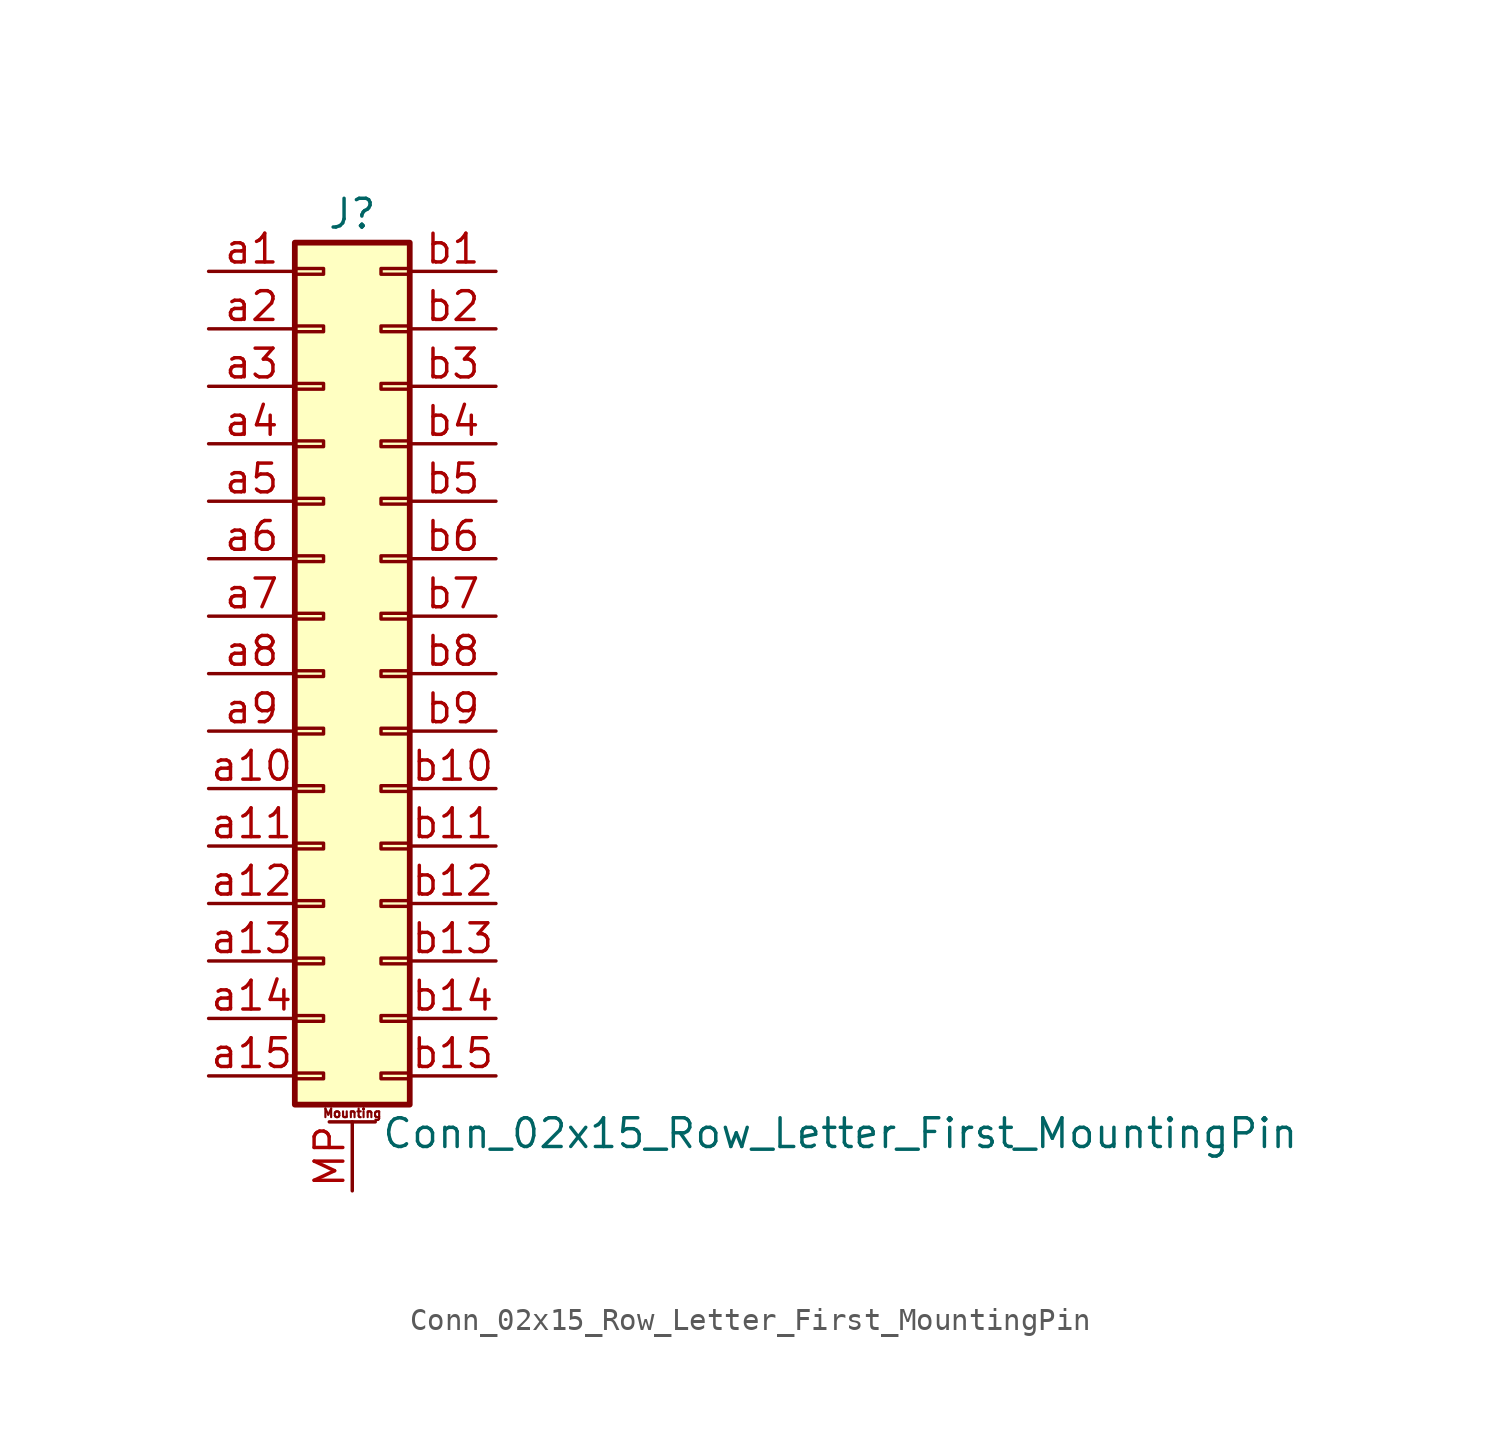
<source format=kicad_sym>
(kicad_symbol_lib
  (version 20220914)
  (generator kicad_symbol_editor)
  (symbol "Conn_02x15_Row_Letter_First_MountingPin"
    (pin_names
      (offset 1.016) hide)
    (property "Reference" "J"
      (at 1.27 20.32 0)
      (effects (font (size 1.27 1.27))))
    (property "Value" "Conn_02x15_Row_Letter_First_MountingPin"
      (at 2.54 -20.32 0)
      (effects (font (size 1.27 1.27)) (justify left)))
    (symbol "Conn_02x15_Row_Letter_First_MountingPin_1_1"
      (rectangle (start -1.27 -17.653) (end 0 -17.907) (stroke (width 0.152) (type default)) (fill (type none)))
      (rectangle (start -1.27 -15.113) (end 0 -15.367) (stroke (width 0.152) (type default)) (fill (type none)))
      (rectangle (start -1.27 -12.573) (end 0 -12.827) (stroke (width 0.152) (type default)) (fill (type none)))
      (rectangle (start -1.27 -10.033) (end 0 -10.287) (stroke (width 0.152) (type default)) (fill (type none)))
      (rectangle (start -1.27 -7.493) (end 0 -7.747) (stroke (width 0.152) (type default)) (fill (type none)))
      (rectangle (start -1.27 -4.953) (end 0 -5.207) (stroke (width 0.152) (type default)) (fill (type none)))
      (rectangle (start -1.27 -2.413) (end 0 -2.667) (stroke (width 0.152) (type default)) (fill (type none)))
      (rectangle (start -1.27 0.127) (end 0 -0.127) (stroke (width 0.152) (type default)) (fill (type none)))
      (rectangle (start -1.27 2.667) (end 0 2.413) (stroke (width 0.152) (type default)) (fill (type none)))
      (rectangle (start -1.27 5.207) (end 0 4.953) (stroke (width 0.152) (type default)) (fill (type none)))
      (rectangle (start -1.27 7.747) (end 0 7.493) (stroke (width 0.152) (type default)) (fill (type none)))
      (rectangle (start -1.27 10.287) (end 0 10.033) (stroke (width 0.152) (type default)) (fill (type none)))
      (rectangle (start -1.27 12.827) (end 0 12.573) (stroke (width 0.152) (type default)) (fill (type none)))
      (rectangle (start -1.27 15.367) (end 0 15.113) (stroke (width 0.152) (type default)) (fill (type none)))
      (rectangle (start -1.27 17.907) (end 0 17.653) (stroke (width 0.152) (type default)) (fill (type none)))
      (rectangle (start -1.27 19.05) (end 3.81 -19.05) (stroke (width 0.254) (type default)) (fill (type background)))
      (polyline (pts (xy 0.254 -19.812) (xy 2.286 -19.812)) (stroke (width 0.152) (type default)) (fill (type none)))
      (rectangle (start 3.81 -17.653) (end 2.54 -17.907) (stroke (width 0.152) (type default)) (fill (type none)))
      (rectangle (start 3.81 -15.113) (end 2.54 -15.367) (stroke (width 0.152) (type default)) (fill (type none)))
      (rectangle (start 3.81 -12.573) (end 2.54 -12.827) (stroke (width 0.152) (type default)) (fill (type none)))
      (rectangle (start 3.81 -10.033) (end 2.54 -10.287) (stroke (width 0.152) (type default)) (fill (type none)))
      (rectangle (start 3.81 -7.493) (end 2.54 -7.747) (stroke (width 0.152) (type default)) (fill (type none)))
      (rectangle (start 3.81 -4.953) (end 2.54 -5.207) (stroke (width 0.152) (type default)) (fill (type none)))
      (rectangle (start 3.81 -2.413) (end 2.54 -2.667) (stroke (width 0.152) (type default)) (fill (type none)))
      (rectangle (start 3.81 0.127) (end 2.54 -0.127) (stroke (width 0.152) (type default)) (fill (type none)))
      (rectangle (start 3.81 2.667) (end 2.54 2.413) (stroke (width 0.152) (type default)) (fill (type none)))
      (rectangle (start 3.81 5.207) (end 2.54 4.953) (stroke (width 0.152) (type default)) (fill (type none)))
      (rectangle (start 3.81 7.747) (end 2.54 7.493) (stroke (width 0.152) (type default)) (fill (type none)))
      (rectangle (start 3.81 10.287) (end 2.54 10.033) (stroke (width 0.152) (type default)) (fill (type none)))
      (rectangle (start 3.81 12.827) (end 2.54 12.573) (stroke (width 0.152) (type default)) (fill (type none)))
      (rectangle (start 3.81 15.367) (end 2.54 15.113) (stroke (width 0.152) (type default)) (fill (type none)))
      (rectangle (start 3.81 17.907) (end 2.54 17.653) (stroke (width 0.152) (type default)) (fill (type none)))
      (text "Mounting" (at 1.27 -19.431 0) (effects (font (size 0.381 0.381))))
      (pin passive line (at 1.27 -22.86 90) (length 3.048) (name "MountPin" (effects (font (size 1.27 1.27)))) (number "MP" (effects (font (size 1.27 1.27)))))
      (pin passive line (at -5.08 17.78 0) (length 3.81) (name "Pin_a1" (effects (font (size 1.27 1.27)))) (number "a1" (effects (font (size 1.27 1.27)))))
      (pin passive line (at -5.08 -5.08 0) (length 3.81) (name "Pin_a10" (effects (font (size 1.27 1.27)))) (number "a10" (effects (font (size 1.27 1.27)))))
      (pin passive line (at -5.08 -7.62 0) (length 3.81) (name "Pin_a11" (effects (font (size 1.27 1.27)))) (number "a11" (effects (font (size 1.27 1.27)))))
      (pin passive line (at -5.08 -10.16 0) (length 3.81) (name "Pin_a12" (effects (font (size 1.27 1.27)))) (number "a12" (effects (font (size 1.27 1.27)))))
      (pin passive line (at -5.08 -12.7 0) (length 3.81) (name "Pin_a13" (effects (font (size 1.27 1.27)))) (number "a13" (effects (font (size 1.27 1.27)))))
      (pin passive line (at -5.08 -15.24 0) (length 3.81) (name "Pin_a14" (effects (font (size 1.27 1.27)))) (number "a14" (effects (font (size 1.27 1.27)))))
      (pin passive line (at -5.08 -17.78 0) (length 3.81) (name "Pin_a15" (effects (font (size 1.27 1.27)))) (number "a15" (effects (font (size 1.27 1.27)))))
      (pin passive line (at -5.08 15.24 0) (length 3.81) (name "Pin_a2" (effects (font (size 1.27 1.27)))) (number "a2" (effects (font (size 1.27 1.27)))))
      (pin passive line (at -5.08 12.7 0) (length 3.81) (name "Pin_a3" (effects (font (size 1.27 1.27)))) (number "a3" (effects (font (size 1.27 1.27)))))
      (pin passive line (at -5.08 10.16 0) (length 3.81) (name "Pin_a4" (effects (font (size 1.27 1.27)))) (number "a4" (effects (font (size 1.27 1.27)))))
      (pin passive line (at -5.08 7.62 0) (length 3.81) (name "Pin_a5" (effects (font (size 1.27 1.27)))) (number "a5" (effects (font (size 1.27 1.27)))))
      (pin passive line (at -5.08 5.08 0) (length 3.81) (name "Pin_a6" (effects (font (size 1.27 1.27)))) (number "a6" (effects (font (size 1.27 1.27)))))
      (pin passive line (at -5.08 2.54 0) (length 3.81) (name "Pin_a7" (effects (font (size 1.27 1.27)))) (number "a7" (effects (font (size 1.27 1.27)))))
      (pin passive line (at -5.08 0 0) (length 3.81) (name "Pin_a8" (effects (font (size 1.27 1.27)))) (number "a8" (effects (font (size 1.27 1.27)))))
      (pin passive line (at -5.08 -2.54 0) (length 3.81) (name "Pin_a9" (effects (font (size 1.27 1.27)))) (number "a9" (effects (font (size 1.27 1.27)))))
      (pin passive line (at 7.62 17.78 180) (length 3.81) (name "Pin_b1" (effects (font (size 1.27 1.27)))) (number "b1" (effects (font (size 1.27 1.27)))))
      (pin passive line (at 7.62 -5.08 180) (length 3.81) (name "Pin_b10" (effects (font (size 1.27 1.27)))) (number "b10" (effects (font (size 1.27 1.27)))))
      (pin passive line (at 7.62 -7.62 180) (length 3.81) (name "Pin_b11" (effects (font (size 1.27 1.27)))) (number "b11" (effects (font (size 1.27 1.27)))))
      (pin passive line (at 7.62 -10.16 180) (length 3.81) (name "Pin_b12" (effects (font (size 1.27 1.27)))) (number "b12" (effects (font (size 1.27 1.27)))))
      (pin passive line (at 7.62 -12.7 180) (length 3.81) (name "Pin_b13" (effects (font (size 1.27 1.27)))) (number "b13" (effects (font (size 1.27 1.27)))))
      (pin passive line (at 7.62 -15.24 180) (length 3.81) (name "Pin_b14" (effects (font (size 1.27 1.27)))) (number "b14" (effects (font (size 1.27 1.27)))))
      (pin passive line (at 7.62 -17.78 180) (length 3.81) (name "Pin_b15" (effects (font (size 1.27 1.27)))) (number "b15" (effects (font (size 1.27 1.27)))))
      (pin passive line (at 7.62 15.24 180) (length 3.81) (name "Pin_b2" (effects (font (size 1.27 1.27)))) (number "b2" (effects (font (size 1.27 1.27)))))
      (pin passive line (at 7.62 12.7 180) (length 3.81) (name "Pin_b3" (effects (font (size 1.27 1.27)))) (number "b3" (effects (font (size 1.27 1.27)))))
      (pin passive line (at 7.62 10.16 180) (length 3.81) (name "Pin_b4" (effects (font (size 1.27 1.27)))) (number "b4" (effects (font (size 1.27 1.27)))))
      (pin passive line (at 7.62 7.62 180) (length 3.81) (name "Pin_b5" (effects (font (size 1.27 1.27)))) (number "b5" (effects (font (size 1.27 1.27)))))
      (pin passive line (at 7.62 5.08 180) (length 3.81) (name "Pin_b6" (effects (font (size 1.27 1.27)))) (number "b6" (effects (font (size 1.27 1.27)))))
      (pin passive line (at 7.62 2.54 180) (length 3.81) (name "Pin_b7" (effects (font (size 1.27 1.27)))) (number "b7" (effects (font (size 1.27 1.27)))))
      (pin passive line (at 7.62 0 180) (length 3.81) (name "Pin_b8" (effects (font (size 1.27 1.27)))) (number "b8" (effects (font (size 1.27 1.27)))))
      (pin passive line (at 7.62 -2.54 180) (length 3.81) (name "Pin_b9" (effects (font (size 1.27 1.27)))) (number "b9" (effects (font (size 1.27 1.27))))))))
</source>
